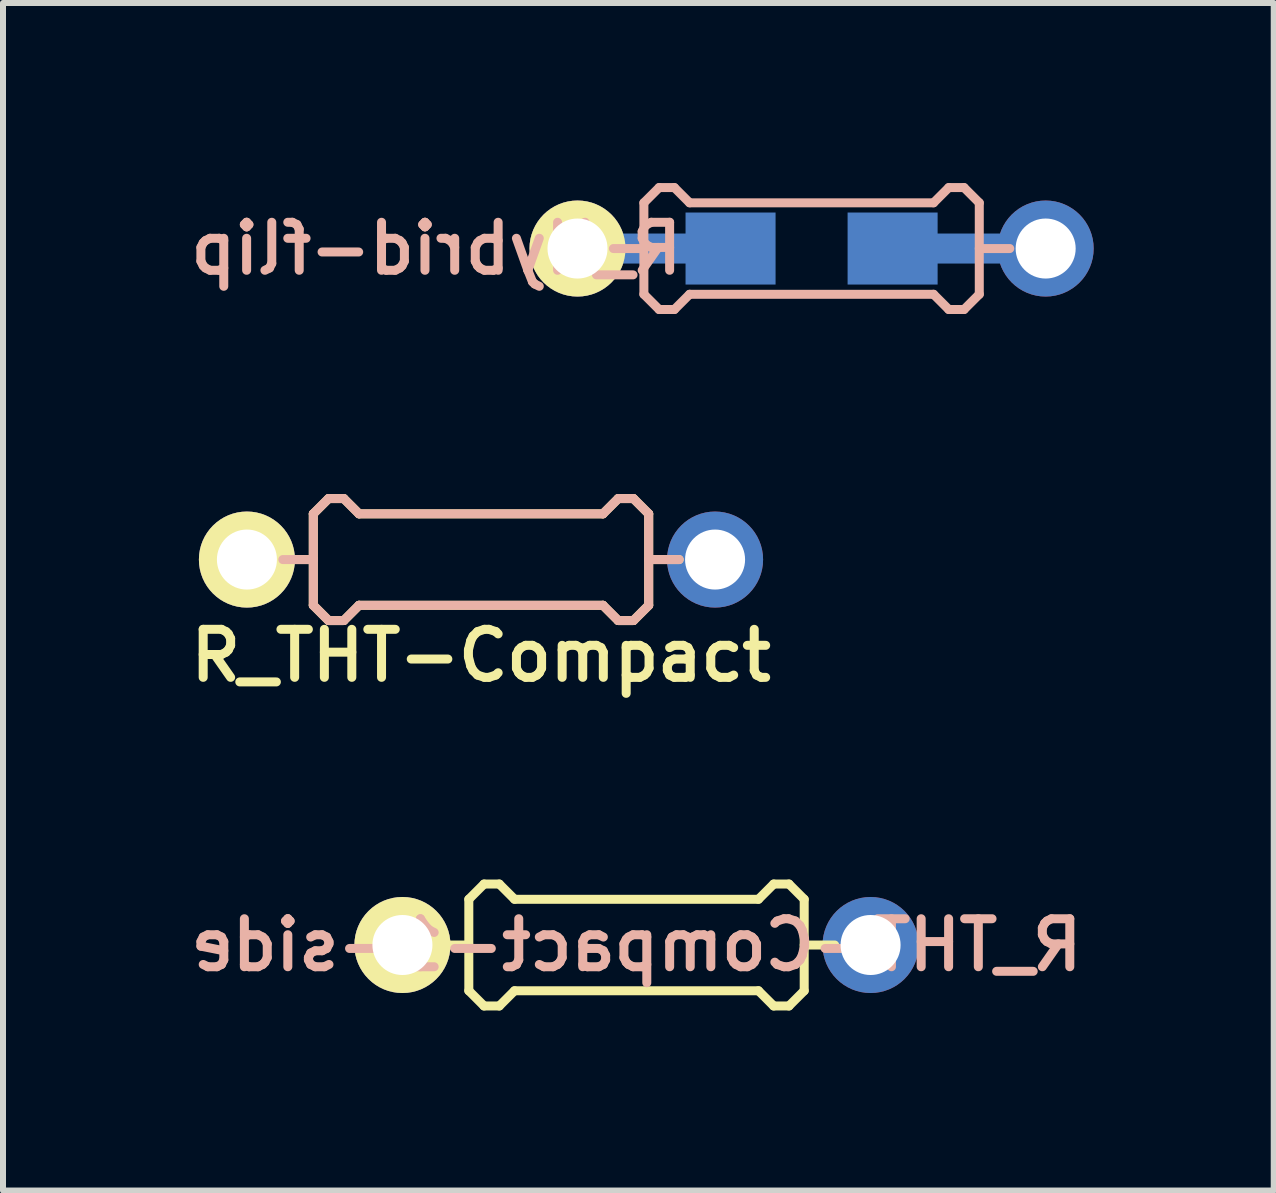
<source format=kicad_pcb>
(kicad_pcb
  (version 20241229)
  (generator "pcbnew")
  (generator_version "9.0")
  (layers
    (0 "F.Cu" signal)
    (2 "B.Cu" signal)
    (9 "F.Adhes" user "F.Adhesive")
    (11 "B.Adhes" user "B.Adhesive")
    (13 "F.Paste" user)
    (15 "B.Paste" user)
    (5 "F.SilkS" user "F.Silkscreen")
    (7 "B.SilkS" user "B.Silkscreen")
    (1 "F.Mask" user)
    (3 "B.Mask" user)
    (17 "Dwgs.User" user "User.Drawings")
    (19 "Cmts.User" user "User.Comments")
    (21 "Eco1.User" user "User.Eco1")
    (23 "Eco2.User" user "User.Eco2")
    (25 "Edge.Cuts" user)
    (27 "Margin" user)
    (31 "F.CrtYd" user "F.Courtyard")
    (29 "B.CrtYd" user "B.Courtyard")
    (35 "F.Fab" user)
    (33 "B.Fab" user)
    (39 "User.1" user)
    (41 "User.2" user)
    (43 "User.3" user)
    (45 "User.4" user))
  (footprint "R_Hybrid-flip"
    (layer "F.Cu")
    (at 10.472 1.091)
    (property "Reference" "R_Hybrid-flip" (at -6.251 0 0) (layer "B.SilkS") (effects (font (size 0.8 0.8) (thickness 0.15)) (justify mirror)))
    (attr smd)
    (fp_line (start -3.302 0) (end -2.794 0) (stroke (width 0.15) (type solid)) (layer "B.SilkS"))
    (fp_line (start -2.794 -0.762) (end -2.54 -1.016) (stroke (width 0.15) (type solid)) (layer "B.SilkS"))
    (fp_line (start -2.794 0.762) (end -2.794 -0.762) (stroke (width 0.15) (type solid)) (layer "B.SilkS"))
    (fp_line (start -2.54 -1.016) (end -2.286 -1.016) (stroke (width 0.15) (type solid)) (layer "B.SilkS"))
    (fp_line (start -2.54 1.016) (end -2.794 0.762) (stroke (width 0.15) (type solid)) (layer "B.SilkS"))
    (fp_line (start -2.286 -1.016) (end -2.032 -0.762) (stroke (width 0.15) (type solid)) (layer "B.SilkS"))
    (fp_line (start -2.286 1.016) (end -2.54 1.016) (stroke (width 0.15) (type solid)) (layer "B.SilkS"))
    (fp_line (start -2.032 -0.762) (end 2.032 -0.762) (stroke (width 0.15) (type solid)) (layer "B.SilkS"))
    (fp_line (start -2.032 0.762) (end -2.286 1.016) (stroke (width 0.15) (type solid)) (layer "B.SilkS"))
    (fp_line (start 2.032 -0.762) (end 2.286 -1.016) (stroke (width 0.15) (type solid)) (layer "B.SilkS"))
    (fp_line (start 2.032 0.762) (end -2.032 0.762) (stroke (width 0.15) (type solid)) (layer "B.SilkS"))
    (fp_line (start 2.286 -1.016) (end 2.54 -1.016) (stroke (width 0.15) (type solid)) (layer "B.SilkS"))
    (fp_line (start 2.286 1.016) (end 2.032 0.762) (stroke (width 0.15) (type solid)) (layer "B.SilkS"))
    (fp_line (start 2.54 -1.016) (end 2.794 -0.762) (stroke (width 0.15) (type solid)) (layer "B.SilkS"))
    (fp_line (start 2.54 1.016) (end 2.286 1.016) (stroke (width 0.15) (type solid)) (layer "B.SilkS"))
    (fp_line (start 2.794 -0.762) (end 2.794 0.762) (stroke (width 0.15) (type solid)) (layer "B.SilkS"))
    (fp_line (start 2.794 0) (end 3.302 0) (stroke (width 0.15) (type solid)) (layer "B.SilkS"))
    (fp_line (start 2.794 0.762) (end 2.54 1.016) (stroke (width 0.15) (type solid)) (layer "B.SilkS"))
    (pad "1" smd rect (at 1.35 0) (size 1.5 1.2) (layers "B.Cu" "B.Mask" "B.Paste"))
    (pad "1" smd rect (at 2.5 0) (size 2.9 0.5) (layers "B.Cu"))
    (pad "1" thru_hole circle (at 3.9 0) (size 1.6 1.6) (drill 1) (layers "*.Cu" "*.Mask"))
    (pad "2" thru_hole circle (at -3.9 0) (size 1.6 1.6) (drill 1) (layers "*.Cu" "*.Mask" "F.SilkS"))
    (pad "2" smd rect (at -2.5 0) (size 2.9 0.5) (layers "B.Cu"))
    (pad "2" smd rect (at -1.35 0) (size 1.5 1.2) (layers "B.Cu" "B.Mask" "B.Paste")))
  (footprint "R_THT-Compact-1-side"
    (layer "F.Cu")
    (at 7.555 12.695)
    (property "Reference" "R_THT-Compact-1-side" (at 0 0 0) (layer "B.SilkS") (effects (font (size 0.8 0.8) (thickness 0.15)) (justify mirror)))
    (attr smd)
    (fp_line (start -3.302 0) (end -2.794 0) (stroke (width 0.15) (type solid)) (layer "F.SilkS"))
    (fp_line (start -2.794 -0.762) (end -2.54 -1.016) (stroke (width 0.15) (type solid)) (layer "F.SilkS"))
    (fp_line (start -2.794 0.762) (end -2.794 -0.762) (stroke (width 0.15) (type solid)) (layer "F.SilkS"))
    (fp_line (start -2.54 -1.016) (end -2.286 -1.016) (stroke (width 0.15) (type solid)) (layer "F.SilkS"))
    (fp_line (start -2.54 1.016) (end -2.794 0.762) (stroke (width 0.15) (type solid)) (layer "F.SilkS"))
    (fp_line (start -2.286 -1.016) (end -2.032 -0.762) (stroke (width 0.15) (type solid)) (layer "F.SilkS"))
    (fp_line (start -2.286 1.016) (end -2.54 1.016) (stroke (width 0.15) (type solid)) (layer "F.SilkS"))
    (fp_line (start -2.032 -0.762) (end 2.032 -0.762) (stroke (width 0.15) (type solid)) (layer "F.SilkS"))
    (fp_line (start -2.032 0.762) (end -2.286 1.016) (stroke (width 0.15) (type solid)) (layer "F.SilkS"))
    (fp_line (start 2.032 -0.762) (end 2.286 -1.016) (stroke (width 0.15) (type solid)) (layer "F.SilkS"))
    (fp_line (start 2.032 0.762) (end -2.032 0.762) (stroke (width 0.15) (type solid)) (layer "F.SilkS"))
    (fp_line (start 2.286 -1.016) (end 2.54 -1.016) (stroke (width 0.15) (type solid)) (layer "F.SilkS"))
    (fp_line (start 2.286 1.016) (end 2.032 0.762) (stroke (width 0.15) (type solid)) (layer "F.SilkS"))
    (fp_line (start 2.54 -1.016) (end 2.794 -0.762) (stroke (width 0.15) (type solid)) (layer "F.SilkS"))
    (fp_line (start 2.54 1.016) (end 2.286 1.016) (stroke (width 0.15) (type solid)) (layer "F.SilkS"))
    (fp_line (start 2.794 -0.762) (end 2.794 0.762) (stroke (width 0.15) (type solid)) (layer "F.SilkS"))
    (fp_line (start 2.794 0) (end 3.302 0) (stroke (width 0.15) (type solid)) (layer "F.SilkS"))
    (fp_line (start 2.794 0.762) (end 2.54 1.016) (stroke (width 0.15) (type solid)) (layer "F.SilkS"))
    (pad "1" thru_hole circle (at 3.9 0) (size 1.6 1.6) (drill 1) (layers "*.Cu" "*.Mask"))
    (pad "2" thru_hole circle (at -3.9 0) (size 1.6 1.6) (drill 1) (layers "*.Cu" "*.Mask" "F.SilkS")))
  (footprint "R_THT-Compact"
    (layer "F.Cu")
    (at 4.964 6.273)
    (property "Reference" "R_THT-Compact" (at 0 1.6 180) (layer "F.SilkS") (effects (font (size 0.8 0.8) (thickness 0.15))))
    (attr smd)
    (fp_line (start -3.302 0) (end -2.794 0) (stroke (width 0.15) (type solid)) (layer "F.SilkS"))
    (fp_line (start -2.794 -0.762) (end -2.54 -1.016) (stroke (width 0.15) (type solid)) (layer "F.SilkS"))
    (fp_line (start -2.794 0.762) (end -2.794 -0.762) (stroke (width 0.15) (type solid)) (layer "F.SilkS"))
    (fp_line (start -2.54 -1.016) (end -2.286 -1.016) (stroke (width 0.15) (type solid)) (layer "F.SilkS"))
    (fp_line (start -2.54 1.016) (end -2.794 0.762) (stroke (width 0.15) (type solid)) (layer "F.SilkS"))
    (fp_line (start -2.286 -1.016) (end -2.032 -0.762) (stroke (width 0.15) (type solid)) (layer "F.SilkS"))
    (fp_line (start -2.286 1.016) (end -2.54 1.016) (stroke (width 0.15) (type solid)) (layer "F.SilkS"))
    (fp_line (start -2.032 -0.762) (end 2.032 -0.762) (stroke (width 0.15) (type solid)) (layer "F.SilkS"))
    (fp_line (start -2.032 0.762) (end -2.286 1.016) (stroke (width 0.15) (type solid)) (layer "F.SilkS"))
    (fp_line (start 2.032 -0.762) (end 2.286 -1.016) (stroke (width 0.15) (type solid)) (layer "F.SilkS"))
    (fp_line (start 2.032 0.762) (end -2.032 0.762) (stroke (width 0.15) (type solid)) (layer "F.SilkS"))
    (fp_line (start 2.286 -1.016) (end 2.54 -1.016) (stroke (width 0.15) (type solid)) (layer "F.SilkS"))
    (fp_line (start 2.286 1.016) (end 2.032 0.762) (stroke (width 0.15) (type solid)) (layer "F.SilkS"))
    (fp_line (start 2.54 -1.016) (end 2.794 -0.762) (stroke (width 0.15) (type solid)) (layer "F.SilkS"))
    (fp_line (start 2.54 1.016) (end 2.286 1.016) (stroke (width 0.15) (type solid)) (layer "F.SilkS"))
    (fp_line (start 2.794 -0.762) (end 2.794 0.762) (stroke (width 0.15) (type solid)) (layer "F.SilkS"))
    (fp_line (start 2.794 0) (end 3.302 0) (stroke (width 0.15) (type solid)) (layer "F.SilkS"))
    (fp_line (start 2.794 0.762) (end 2.54 1.016) (stroke (width 0.15) (type solid)) (layer "F.SilkS"))
    (fp_line (start -3.302 0) (end -2.794 0) (stroke (width 0.15) (type solid)) (layer "B.SilkS"))
    (fp_line (start -2.794 -0.762) (end -2.54 -1.016) (stroke (width 0.15) (type solid)) (layer "B.SilkS"))
    (fp_line (start -2.794 0) (end -2.794 -0.762) (stroke (width 0.15) (type solid)) (layer "B.SilkS"))
    (fp_line (start -2.794 0.762) (end -2.794 0) (stroke (width 0.15) (type solid)) (layer "B.SilkS"))
    (fp_line (start -2.54 -1.016) (end -2.286 -1.016) (stroke (width 0.15) (type solid)) (layer "B.SilkS"))
    (fp_line (start -2.54 1.016) (end -2.794 0.762) (stroke (width 0.15) (type solid)) (layer "B.SilkS"))
    (fp_line (start -2.286 -1.016) (end -2.032 -0.762) (stroke (width 0.15) (type solid)) (layer "B.SilkS"))
    (fp_line (start -2.286 1.016) (end -2.54 1.016) (stroke (width 0.15) (type solid)) (layer "B.SilkS"))
    (fp_line (start -2.032 -0.762) (end 2.032 -0.762) (stroke (width 0.15) (type solid)) (layer "B.SilkS"))
    (fp_line (start -2.032 0.762) (end -2.286 1.016) (stroke (width 0.15) (type solid)) (layer "B.SilkS"))
    (fp_line (start 2.032 -0.762) (end 2.286 -1.016) (stroke (width 0.15) (type solid)) (layer "B.SilkS"))
    (fp_line (start 2.032 0.762) (end -2.032 0.762) (stroke (width 0.15) (type solid)) (layer "B.SilkS"))
    (fp_line (start 2.286 -1.016) (end 2.54 -1.016) (stroke (width 0.15) (type solid)) (layer "B.SilkS"))
    (fp_line (start 2.286 1.016) (end 2.032 0.762) (stroke (width 0.15) (type solid)) (layer "B.SilkS"))
    (fp_line (start 2.54 -1.016) (end 2.794 -0.762) (stroke (width 0.15) (type solid)) (layer "B.SilkS"))
    (fp_line (start 2.54 1.016) (end 2.286 1.016) (stroke (width 0.15) (type solid)) (layer "B.SilkS"))
    (fp_line (start 2.794 -0.762) (end 2.794 0.762) (stroke (width 0.15) (type solid)) (layer "B.SilkS"))
    (fp_line (start 2.794 0) (end 3.302 0) (stroke (width 0.15) (type solid)) (layer "B.SilkS"))
    (fp_line (start 2.794 0.762) (end 2.54 1.016) (stroke (width 0.15) (type solid)) (layer "B.SilkS"))
    (pad "1" thru_hole circle (at 3.9 0) (size 1.6 1.6) (drill 1) (layers "*.Cu" "*.Mask"))
    (pad "2" thru_hole circle (at -3.9 0) (size 1.6 1.6) (drill 1) (layers "*.Cu" "*.Mask" "F.SilkS")))
  (gr_rect
    (start -3 -3)
    (end 18.172 16.786)
    (stroke (width 0.1) (type default))
    (fill no)
    (layer "Edge.Cuts")))
</source>
